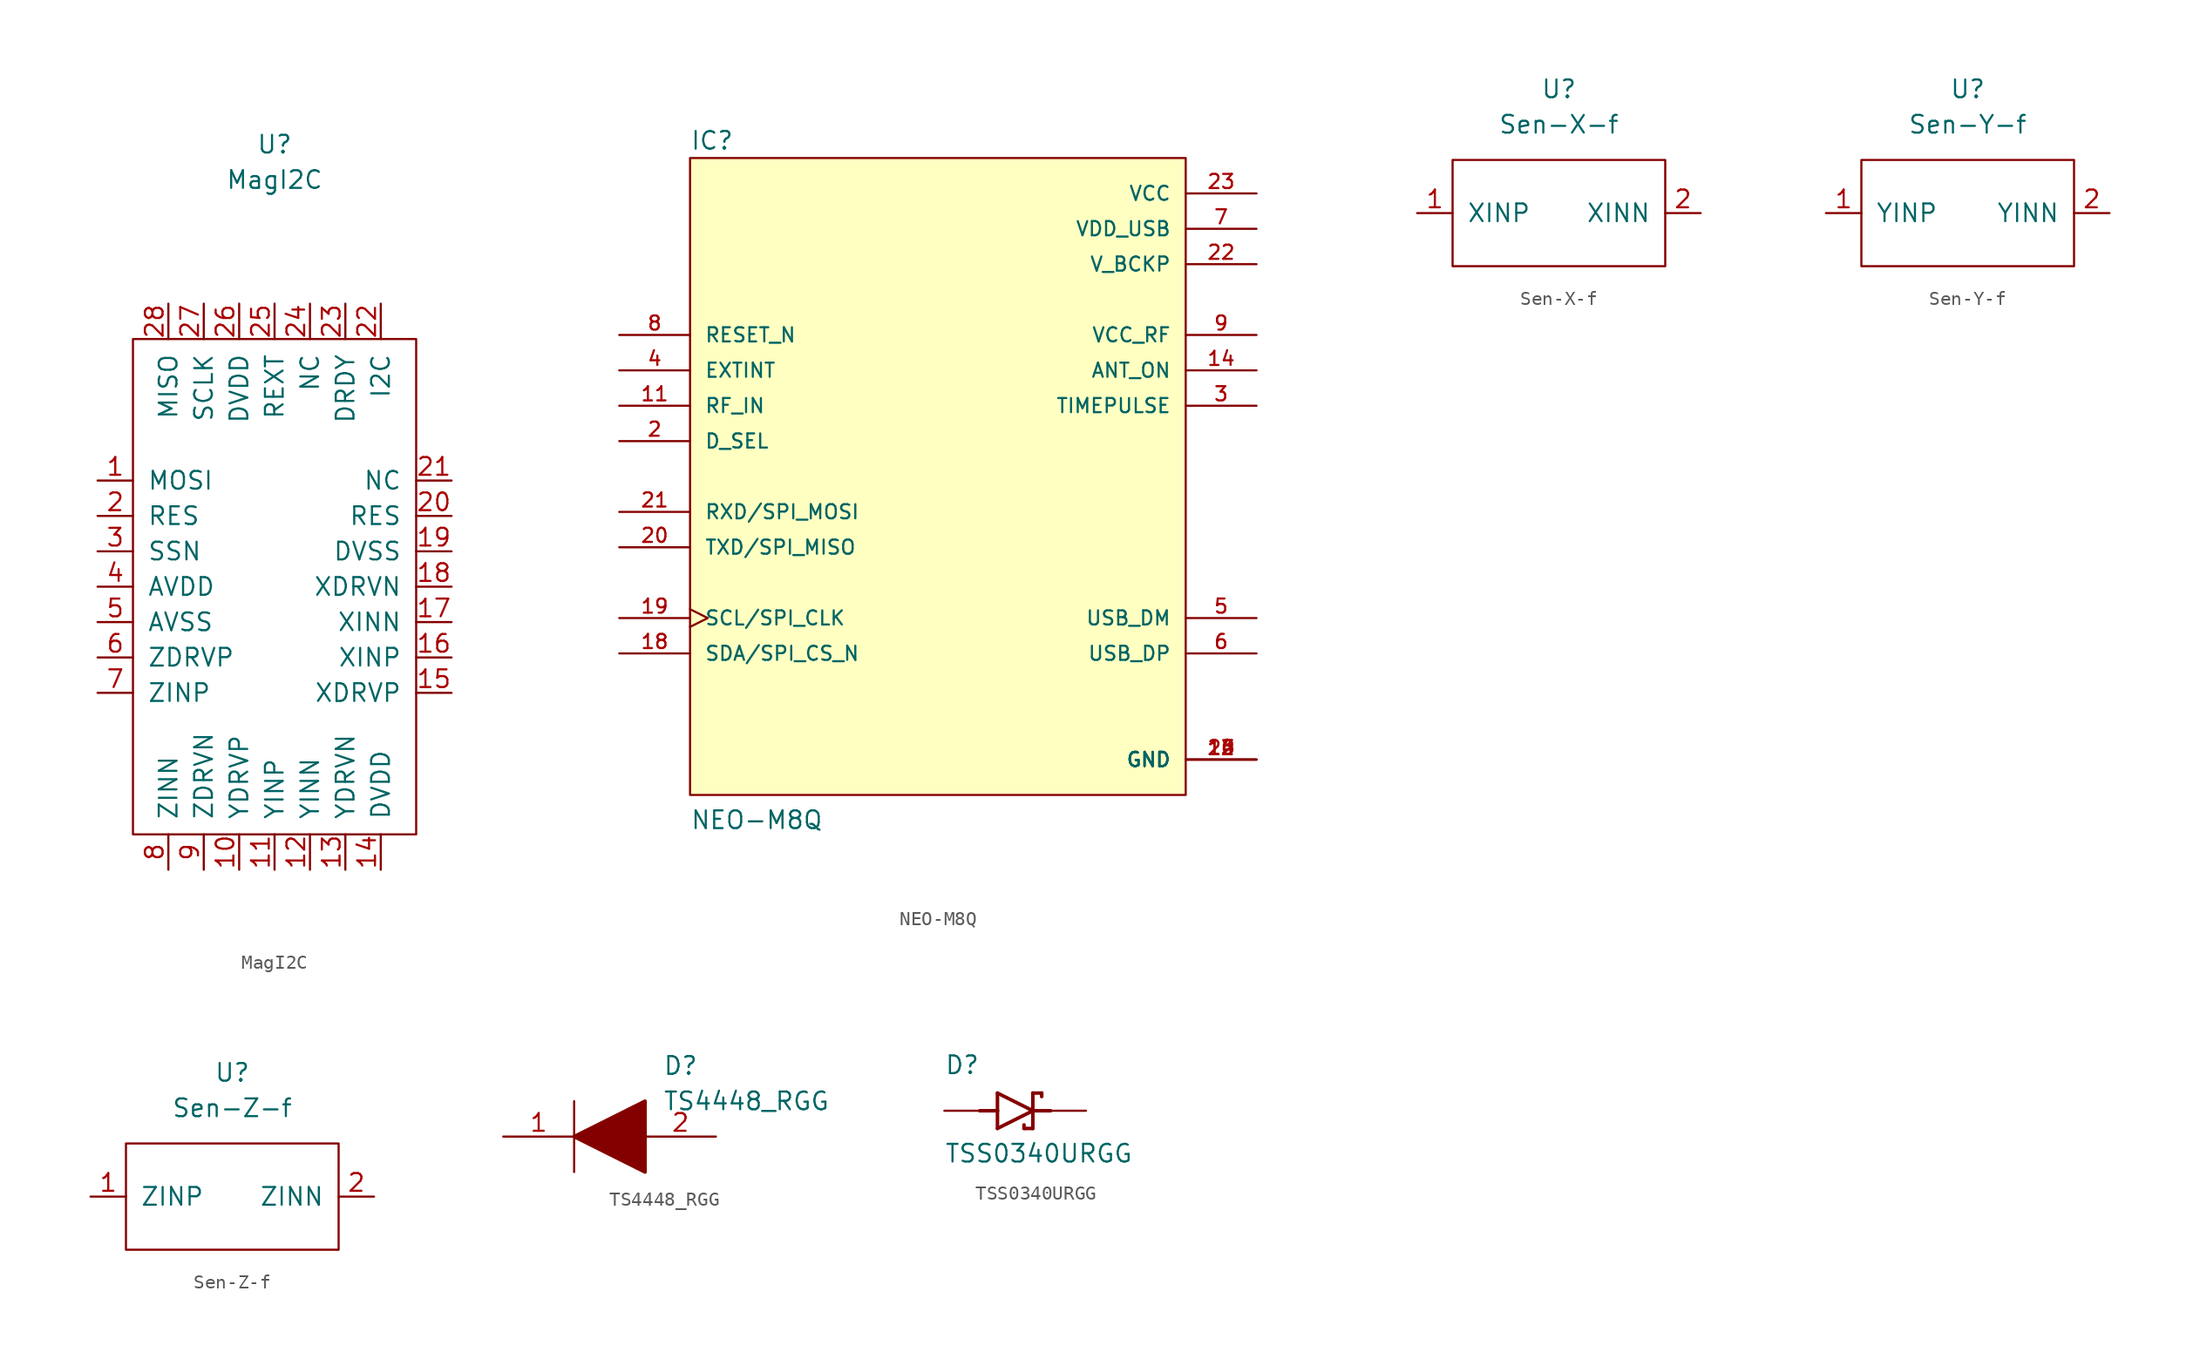
<source format=kicad_sym>
(kicad_symbol_lib
  (version 20211014)
  (generator kicad_symbol_editor)
  (symbol "MagI2C"
    (pin_names
      (offset 1.016))
    (property "Reference" "U"
      (at 0 0 0)
      (effects (font (size 1.27 1.27))))
    (property "Value" "MagI2C"
      (at 0 -2.54 0)
      (effects (font (size 1.27 1.27))))
    (symbol "MagI2C_0_1"
      (rectangle (start -10.16 -13.97) (end 10.16 -49.53) (stroke (width 0.152) (type default) (color 0 0 0 0)) (fill (type none))))
    (symbol "MagI2C_1_1"
      (pin input line (at -12.7 -24.13 0) (length 2.54) (name "MOSI" (effects (font (size 1.27 1.27)))) (number "1" (effects (font (size 1.27 1.27)))))
      (pin input line (at -2.54 -52.07 90) (length 2.54) (name "YDRVP" (effects (font (size 1.27 1.27)))) (number "10" (effects (font (size 1.27 1.27)))))
      (pin input line (at 0 -52.07 90) (length 2.54) (name "YINP" (effects (font (size 1.27 1.27)))) (number "11" (effects (font (size 1.27 1.27)))))
      (pin input line (at 2.54 -52.07 90) (length 2.54) (name "YINN" (effects (font (size 1.27 1.27)))) (number "12" (effects (font (size 1.27 1.27)))))
      (pin input line (at 5.08 -52.07 90) (length 2.54) (name "YDRVN" (effects (font (size 1.27 1.27)))) (number "13" (effects (font (size 1.27 1.27)))))
      (pin input line (at 7.62 -52.07 90) (length 2.54) (name "DVDD" (effects (font (size 1.27 1.27)))) (number "14" (effects (font (size 1.27 1.27)))))
      (pin input line (at 12.7 -39.37 180) (length 2.54) (name "XDRVP" (effects (font (size 1.27 1.27)))) (number "15" (effects (font (size 1.27 1.27)))))
      (pin input line (at 12.7 -36.83 180) (length 2.54) (name "XINP" (effects (font (size 1.27 1.27)))) (number "16" (effects (font (size 1.27 1.27)))))
      (pin input line (at 12.7 -34.29 180) (length 2.54) (name "XINN" (effects (font (size 1.27 1.27)))) (number "17" (effects (font (size 1.27 1.27)))))
      (pin input line (at 12.7 -31.75 180) (length 2.54) (name "XDRVN" (effects (font (size 1.27 1.27)))) (number "18" (effects (font (size 1.27 1.27)))))
      (pin input line (at 12.7 -29.21 180) (length 2.54) (name "DVSS" (effects (font (size 1.27 1.27)))) (number "19" (effects (font (size 1.27 1.27)))))
      (pin input line (at -12.7 -26.67 0) (length 2.54) (name "RES" (effects (font (size 1.27 1.27)))) (number "2" (effects (font (size 1.27 1.27)))))
      (pin input line (at 12.7 -26.67 180) (length 2.54) (name "RES" (effects (font (size 1.27 1.27)))) (number "20" (effects (font (size 1.27 1.27)))))
      (pin input line (at 12.7 -24.13 180) (length 2.54) (name "NC" (effects (font (size 1.27 1.27)))) (number "21" (effects (font (size 1.27 1.27)))))
      (pin input line (at 7.62 -11.43 270) (length 2.54) (name "I2C" (effects (font (size 1.27 1.27)))) (number "22" (effects (font (size 1.27 1.27)))))
      (pin input line (at 5.08 -11.43 270) (length 2.54) (name "DRDY" (effects (font (size 1.27 1.27)))) (number "23" (effects (font (size 1.27 1.27)))))
      (pin input line (at 2.54 -11.43 270) (length 2.54) (name "NC" (effects (font (size 1.27 1.27)))) (number "24" (effects (font (size 1.27 1.27)))))
      (pin input line (at 0 -11.43 270) (length 2.54) (name "REXT" (effects (font (size 1.27 1.27)))) (number "25" (effects (font (size 1.27 1.27)))))
      (pin input line (at -2.54 -11.43 270) (length 2.54) (name "DVDD" (effects (font (size 1.27 1.27)))) (number "26" (effects (font (size 1.27 1.27)))))
      (pin input line (at -5.08 -11.43 270) (length 2.54) (name "SCLK" (effects (font (size 1.27 1.27)))) (number "27" (effects (font (size 1.27 1.27)))))
      (pin input line (at -7.62 -11.43 270) (length 2.54) (name "MISO" (effects (font (size 1.27 1.27)))) (number "28" (effects (font (size 1.27 1.27)))))
      (pin input line (at -12.7 -29.21 0) (length 2.54) (name "SSN" (effects (font (size 1.27 1.27)))) (number "3" (effects (font (size 1.27 1.27)))))
      (pin input line (at -12.7 -31.75 0) (length 2.54) (name "AVDD" (effects (font (size 1.27 1.27)))) (number "4" (effects (font (size 1.27 1.27)))))
      (pin input line (at -12.7 -34.29 0) (length 2.54) (name "AVSS" (effects (font (size 1.27 1.27)))) (number "5" (effects (font (size 1.27 1.27)))))
      (pin input line (at -12.7 -36.83 0) (length 2.54) (name "ZDRVP" (effects (font (size 1.27 1.27)))) (number "6" (effects (font (size 1.27 1.27)))))
      (pin input line (at -12.7 -39.37 0) (length 2.54) (name "ZINP" (effects (font (size 1.27 1.27)))) (number "7" (effects (font (size 1.27 1.27)))))
      (pin input line (at -7.62 -52.07 90) (length 2.54) (name "ZINN" (effects (font (size 1.27 1.27)))) (number "8" (effects (font (size 1.27 1.27)))))
      (pin input line (at -5.08 -52.07 90) (length 2.54) (name "ZDRVN" (effects (font (size 1.27 1.27)))) (number "9" (effects (font (size 1.27 1.27)))))))
  (symbol "NEO-M8Q"
    (pin_names
      (offset 1.016))
    (property "Reference" "IC"
      (at -17.78 23.368 0)
      (effects (font (size 1.27 1.27)) (justify left bottom)))
    (property "Value" "NEO-M8Q"
      (at -17.78 -25.4 0)
      (effects (font (size 1.27 1.27)) (justify left bottom)))
    (property "ki_locked" ""
      (at 0 0 0)
      (effects (font (size 1.27 1.27))))
    (symbol "NEO-M8Q_0_0"
      (pin power_in line (at 22.86 -20.32 180) (length 5.08) (name "GND" (effects (font (size 1.016 1.016)))) (number "10" (effects (font (size 1.016 1.016)))))
      (pin input line (at -22.86 5.08 0) (length 5.08) (name "RF_IN" (effects (font (size 1.016 1.016)))) (number "11" (effects (font (size 1.016 1.016)))))
      (pin power_in line (at 22.86 -20.32 180) (length 5.08) (name "GND" (effects (font (size 1.016 1.016)))) (number "12" (effects (font (size 1.016 1.016)))))
      (pin power_in line (at 22.86 -20.32 180) (length 5.08) (name "GND" (effects (font (size 1.016 1.016)))) (number "13" (effects (font (size 1.016 1.016)))))
      (pin output line (at 22.86 7.62 180) (length 5.08) (name "ANT_ON" (effects (font (size 1.016 1.016)))) (number "14" (effects (font (size 1.016 1.016)))))
      (pin bidirectional line (at -22.86 -12.7 0) (length 5.08) (name "SDA/SPI_CS_N" (effects (font (size 1.016 1.016)))) (number "18" (effects (font (size 1.016 1.016)))))
      (pin bidirectional clock (at -22.86 -10.16 0) (length 5.08) (name "SCL/SPI_CLK" (effects (font (size 1.016 1.016)))) (number "19" (effects (font (size 1.016 1.016)))))
      (pin input line (at -22.86 2.54 0) (length 5.08) (name "D_SEL" (effects (font (size 1.016 1.016)))) (number "2" (effects (font (size 1.016 1.016)))))
      (pin output line (at -22.86 -5.08 0) (length 5.08) (name "TXD/SPI_MISO" (effects (font (size 1.016 1.016)))) (number "20" (effects (font (size 1.016 1.016)))))
      (pin input line (at -22.86 -2.54 0) (length 5.08) (name "RXD/SPI_MOSI" (effects (font (size 1.016 1.016)))) (number "21" (effects (font (size 1.016 1.016)))))
      (pin power_in line (at 22.86 15.24 180) (length 5.08) (name "V_BCKP" (effects (font (size 1.016 1.016)))) (number "22" (effects (font (size 1.016 1.016)))))
      (pin power_in line (at 22.86 20.32 180) (length 5.08) (name "VCC" (effects (font (size 1.016 1.016)))) (number "23" (effects (font (size 1.016 1.016)))))
      (pin power_in line (at 22.86 -20.32 180) (length 5.08) (name "GND" (effects (font (size 1.016 1.016)))) (number "24" (effects (font (size 1.016 1.016)))))
      (pin output line (at 22.86 5.08 180) (length 5.08) (name "TIMEPULSE" (effects (font (size 1.016 1.016)))) (number "3" (effects (font (size 1.016 1.016)))))
      (pin input line (at -22.86 7.62 0) (length 5.08) (name "EXTINT" (effects (font (size 1.016 1.016)))) (number "4" (effects (font (size 1.016 1.016)))))
      (pin bidirectional line (at 22.86 -10.16 180) (length 5.08) (name "USB_DM" (effects (font (size 1.016 1.016)))) (number "5" (effects (font (size 1.016 1.016)))))
      (pin bidirectional line (at 22.86 -12.7 180) (length 5.08) (name "USB_DP" (effects (font (size 1.016 1.016)))) (number "6" (effects (font (size 1.016 1.016)))))
      (pin power_in line (at 22.86 17.78 180) (length 5.08) (name "VDD_USB" (effects (font (size 1.016 1.016)))) (number "7" (effects (font (size 1.016 1.016)))))
      (pin input line (at -22.86 10.16 0) (length 5.08) (name "RESET_N" (effects (font (size 1.016 1.016)))) (number "8" (effects (font (size 1.016 1.016)))))
      (pin output line (at 22.86 10.16 180) (length 5.08) (name "VCC_RF" (effects (font (size 1.016 1.016)))) (number "9" (effects (font (size 1.016 1.016))))))
    (symbol "NEO-M8Q_1_1"
      (rectangle (start -17.78 22.86) (end 17.78 -22.86) (stroke (width 0.152) (type default) (color 0 0 0 0)) (fill (type background)))))
  (symbol "Sen-X-f"
    (pin_names
      (offset 1.016))
    (property "Reference" "U"
      (at 0 0 0)
      (effects (font (size 1.27 1.27))))
    (property "Value" "Sen-X-f"
      (at 0 -2.54 0)
      (effects (font (size 1.27 1.27))))
    (symbol "Sen-X-f_0_1"
      (rectangle (start -7.62 -5.08) (end 7.62 -12.7) (stroke (width 0) (type default) (color 0 0 0 0)) (fill (type none))))
    (symbol "Sen-X-f_1_1"
      (pin input line (at -10.16 -8.89 0) (length 2.54) (name "XINP" (effects (font (size 1.27 1.27)))) (number "1" (effects (font (size 1.27 1.27)))))
      (pin input line (at 10.16 -8.89 180) (length 2.54) (name "XINN" (effects (font (size 1.27 1.27)))) (number "2" (effects (font (size 1.27 1.27)))))))
  (symbol "Sen-Y-f"
    (pin_names
      (offset 1.016))
    (property "Reference" "U"
      (at 0 0 0)
      (effects (font (size 1.27 1.27))))
    (property "Value" "Sen-Y-f"
      (at 0 -2.54 0)
      (effects (font (size 1.27 1.27))))
    (symbol "Sen-Y-f_0_1"
      (rectangle (start -7.62 -5.08) (end 7.62 -12.7) (stroke (width 0) (type default) (color 0 0 0 0)) (fill (type none))))
    (symbol "Sen-Y-f_1_1"
      (pin input line (at -10.16 -8.89 0) (length 2.54) (name "YINP" (effects (font (size 1.27 1.27)))) (number "1" (effects (font (size 1.27 1.27)))))
      (pin input line (at 10.16 -8.89 180) (length 2.54) (name "YINN" (effects (font (size 1.27 1.27)))) (number "2" (effects (font (size 1.27 1.27)))))))
  (symbol "Sen-Z-f"
    (pin_names
      (offset 1.016))
    (property "Reference" "U"
      (at 0 0 0)
      (effects (font (size 1.27 1.27))))
    (property "Value" "Sen-Z-f"
      (at 0 -2.54 0)
      (effects (font (size 1.27 1.27))))
    (symbol "Sen-Z-f_0_1"
      (rectangle (start -7.62 -5.08) (end 7.62 -12.7) (stroke (width 0) (type default) (color 0 0 0 0)) (fill (type none))))
    (symbol "Sen-Z-f_1_1"
      (pin input line (at -10.16 -8.89 0) (length 2.54) (name "ZINP" (effects (font (size 1.27 1.27)))) (number "1" (effects (font (size 1.27 1.27)))))
      (pin input line (at 10.16 -8.89 180) (length 2.54) (name "ZINN" (effects (font (size 1.27 1.27)))) (number "2" (effects (font (size 1.27 1.27)))))))
  (symbol "TS4448_RGG"
    (pin_names
      (offset 0.762))
    (property "Reference" "D"
      (at 11.43 5.08 0)
      (effects (font (size 1.27 1.27)) (justify left)))
    (property "Value" "TS4448_RGG"
      (at 11.43 2.54 0)
      (effects (font (size 1.27 1.27)) (justify left)))
    (symbol "TS4448_RGG_0_0"
      (pin passive line (at 0 0 0) (length 5.08) (name "~" (effects (font (size 1.27 1.27)))) (number "1" (effects (font (size 1.27 1.27)))))
      (pin passive line (at 15.24 0 180) (length 5.08) (name "~" (effects (font (size 1.27 1.27)))) (number "2" (effects (font (size 1.27 1.27))))))
    (symbol "TS4448_RGG_0_1"
      (polyline (pts (xy 5.08 2.54) (xy 5.08 -2.54)) (stroke (width 0.152) (type default) (color 0 0 0 0)) (fill (type none)))
      (polyline (pts (xy 5.08 0) (xy 10.16 2.54) (xy 10.16 -2.54) (xy 5.08 0)) (stroke (width 0.254) (type default) (color 0 0 0 0)) (fill (type outline)))))
  (symbol "TSS0340URGG"
    (pin_numbers hide)
    (pin_names
      (offset 1.016) hide)
    (property "Reference" "D"
      (at -5.08 2.54 0)
      (effects (font (size 1.27 1.27)) (justify left bottom)))
    (property "Value" "TSS0340URGG"
      (at -5.08 -3.81 0)
      (effects (font (size 1.27 1.27)) (justify left bottom)))
    (property "ki_locked" ""
      (at 0 0 0)
      (effects (font (size 1.27 1.27))))
    (symbol "TSS0340URGG_0_0"
      (polyline (pts (xy -2.54 0) (xy -1.27 0)) (stroke (width 0.254) (type default) (color 0 0 0 0)) (fill (type none)))
      (polyline (pts (xy -1.27 -1.27) (xy 1.27 0)) (stroke (width 0.254) (type default) (color 0 0 0 0)) (fill (type none)))
      (polyline (pts (xy -1.27 0) (xy -1.27 -1.27)) (stroke (width 0.254) (type default) (color 0 0 0 0)) (fill (type none)))
      (polyline (pts (xy -1.27 1.27) (xy -1.27 0)) (stroke (width 0.254) (type default) (color 0 0 0 0)) (fill (type none)))
      (polyline (pts (xy 0.635 -1.016) (xy 0.635 -1.27)) (stroke (width 0.254) (type default) (color 0 0 0 0)) (fill (type none)))
      (polyline (pts (xy 1.27 -1.27) (xy 0.635 -1.27)) (stroke (width 0.254) (type default) (color 0 0 0 0)) (fill (type none)))
      (polyline (pts (xy 1.27 0) (xy -1.27 1.27)) (stroke (width 0.254) (type default) (color 0 0 0 0)) (fill (type none)))
      (polyline (pts (xy 1.27 0) (xy 1.27 -1.27)) (stroke (width 0.254) (type default) (color 0 0 0 0)) (fill (type none)))
      (polyline (pts (xy 1.27 1.27) (xy 1.27 0)) (stroke (width 0.254) (type default) (color 0 0 0 0)) (fill (type none)))
      (polyline (pts (xy 1.905 1.27) (xy 1.27 1.27)) (stroke (width 0.254) (type default) (color 0 0 0 0)) (fill (type none)))
      (polyline (pts (xy 1.905 1.27) (xy 1.905 1.016)) (stroke (width 0.254) (type default) (color 0 0 0 0)) (fill (type none)))
      (polyline (pts (xy 2.54 0) (xy 1.27 0)) (stroke (width 0.254) (type default) (color 0 0 0 0)) (fill (type none)))
      (pin passive line (at -5.08 0 0) (length 2.54) (name "~" (effects (font (size 1.016 1.016)))) (number "A" (effects (font (size 1.016 1.016)))))
      (pin passive line (at 5.08 0 180) (length 2.54) (name "~" (effects (font (size 1.016 1.016)))) (number "C" (effects (font (size 1.016 1.016))))))))
</source>
